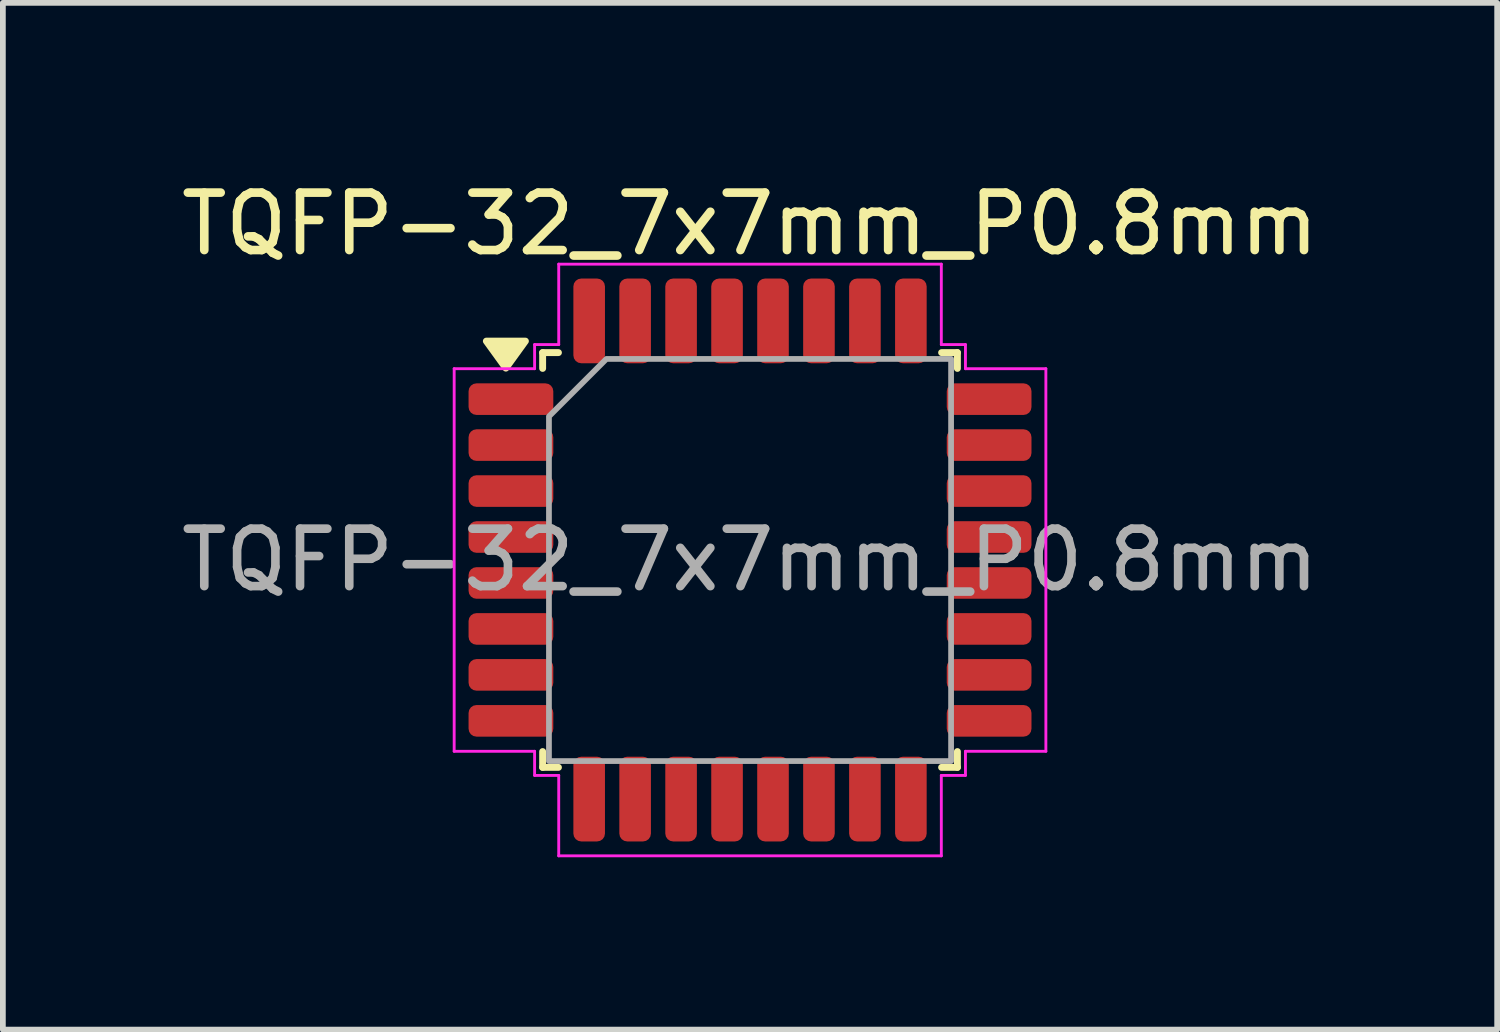
<source format=kicad_pcb>
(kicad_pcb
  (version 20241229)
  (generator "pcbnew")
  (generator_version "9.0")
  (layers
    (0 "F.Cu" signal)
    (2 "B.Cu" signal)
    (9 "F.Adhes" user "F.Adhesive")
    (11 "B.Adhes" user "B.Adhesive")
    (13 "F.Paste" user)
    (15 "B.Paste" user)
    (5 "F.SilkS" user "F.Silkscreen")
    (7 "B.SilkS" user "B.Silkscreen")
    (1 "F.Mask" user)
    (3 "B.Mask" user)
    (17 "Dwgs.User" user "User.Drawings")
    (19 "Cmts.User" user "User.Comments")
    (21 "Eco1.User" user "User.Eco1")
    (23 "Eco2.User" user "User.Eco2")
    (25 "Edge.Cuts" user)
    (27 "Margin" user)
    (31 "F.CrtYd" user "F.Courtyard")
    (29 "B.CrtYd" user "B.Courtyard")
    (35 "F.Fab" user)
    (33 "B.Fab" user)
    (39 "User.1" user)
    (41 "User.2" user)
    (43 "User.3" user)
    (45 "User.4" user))
  (footprint "TQFP-32_7x7mm_P0.8mm"
    (layer "F.Cu")
    (at 10.006 6.698)
    (property "Reference" "TQFP-32_7x7mm_P0.8mm" (at 0 -5.85 0) (layer "F.SilkS") (effects (font (size 1 1) (thickness 0.15))))
    (attr smd)
    (fp_line (start -3.61 -3.61) (end -3.335 -3.61) (stroke (width 0.12) (type solid)) (layer "F.SilkS"))
    (fp_line (start -3.61 -3.335) (end -3.61 -3.61) (stroke (width 0.12) (type solid)) (layer "F.SilkS"))
    (fp_line (start -3.61 3.61) (end -3.61 3.335) (stroke (width 0.12) (type solid)) (layer "F.SilkS"))
    (fp_line (start -3.335 3.61) (end -3.61 3.61) (stroke (width 0.12) (type solid)) (layer "F.SilkS"))
    (fp_line (start 3.335 -3.61) (end 3.61 -3.61) (stroke (width 0.12) (type solid)) (layer "F.SilkS"))
    (fp_line (start 3.61 -3.61) (end 3.61 -3.335) (stroke (width 0.12) (type solid)) (layer "F.SilkS"))
    (fp_line (start 3.61 3.335) (end 3.61 3.61) (stroke (width 0.12) (type solid)) (layer "F.SilkS"))
    (fp_line (start 3.61 3.61) (end 3.335 3.61) (stroke (width 0.12) (type solid)) (layer "F.SilkS"))
    (fp_poly (pts (xy -4.25 -3.34) (xy -4.59 -3.81) (xy -3.91 -3.81)) (stroke (width 0.12) (type solid)) (fill yes) (layer "F.SilkS"))
    (fp_line (start -5.15 -3.33) (end -3.75 -3.33) (stroke (width 0.05) (type solid)) (layer "F.CrtYd"))
    (fp_line (start -5.15 3.33) (end -5.15 -3.33) (stroke (width 0.05) (type solid)) (layer "F.CrtYd"))
    (fp_line (start -3.75 -3.75) (end -3.33 -3.75) (stroke (width 0.05) (type solid)) (layer "F.CrtYd"))
    (fp_line (start -3.75 -3.33) (end -3.75 -3.75) (stroke (width 0.05) (type solid)) (layer "F.CrtYd"))
    (fp_line (start -3.75 3.33) (end -5.15 3.33) (stroke (width 0.05) (type solid)) (layer "F.CrtYd"))
    (fp_line (start -3.75 3.75) (end -3.75 3.33) (stroke (width 0.05) (type solid)) (layer "F.CrtYd"))
    (fp_line (start -3.33 -5.15) (end 3.33 -5.15) (stroke (width 0.05) (type solid)) (layer "F.CrtYd"))
    (fp_line (start -3.33 -3.75) (end -3.33 -5.15) (stroke (width 0.05) (type solid)) (layer "F.CrtYd"))
    (fp_line (start -3.33 3.75) (end -3.75 3.75) (stroke (width 0.05) (type solid)) (layer "F.CrtYd"))
    (fp_line (start -3.33 5.15) (end -3.33 3.75) (stroke (width 0.05) (type solid)) (layer "F.CrtYd"))
    (fp_line (start 3.33 -5.15) (end 3.33 -3.75) (stroke (width 0.05) (type solid)) (layer "F.CrtYd"))
    (fp_line (start 3.33 -3.75) (end 3.75 -3.75) (stroke (width 0.05) (type solid)) (layer "F.CrtYd"))
    (fp_line (start 3.33 3.75) (end 3.33 5.15) (stroke (width 0.05) (type solid)) (layer "F.CrtYd"))
    (fp_line (start 3.33 5.15) (end -3.33 5.15) (stroke (width 0.05) (type solid)) (layer "F.CrtYd"))
    (fp_line (start 3.75 -3.75) (end 3.75 -3.33) (stroke (width 0.05) (type solid)) (layer "F.CrtYd"))
    (fp_line (start 3.75 -3.33) (end 5.15 -3.33) (stroke (width 0.05) (type solid)) (layer "F.CrtYd"))
    (fp_line (start 3.75 3.33) (end 3.75 3.75) (stroke (width 0.05) (type solid)) (layer "F.CrtYd"))
    (fp_line (start 3.75 3.75) (end 3.33 3.75) (stroke (width 0.05) (type solid)) (layer "F.CrtYd"))
    (fp_line (start 5.15 -3.33) (end 5.15 3.33) (stroke (width 0.05) (type solid)) (layer "F.CrtYd"))
    (fp_line (start 5.15 3.33) (end 3.75 3.33) (stroke (width 0.05) (type solid)) (layer "F.CrtYd"))
    (fp_poly (pts (xy -3.5 -2.5) (xy -3.5 3.5) (xy 3.5 3.5) (xy 3.5 -3.5) (xy -2.5 -3.5)) (stroke (width 0.1) (type solid)) (fill no) (layer "F.Fab"))
    (fp_text user "${REFERENCE}" (at 0 0 0) (layer "F.Fab") (effects (font (size 1 1) (thickness 0.15))))
    (pad "1" smd roundrect (at -4.162 -2.8) (size 1.475 0.55) (layers "F.Cu" "F.Mask" "F.Paste") (roundrect_rratio 0.25))
    (pad "2" smd roundrect (at -4.162 -2) (size 1.475 0.55) (layers "F.Cu" "F.Mask" "F.Paste") (roundrect_rratio 0.25))
    (pad "3" smd roundrect (at -4.162 -1.2) (size 1.475 0.55) (layers "F.Cu" "F.Mask" "F.Paste") (roundrect_rratio 0.25))
    (pad "4" smd roundrect (at -4.162 -0.4) (size 1.475 0.55) (layers "F.Cu" "F.Mask" "F.Paste") (roundrect_rratio 0.25))
    (pad "5" smd roundrect (at -4.162 0.4) (size 1.475 0.55) (layers "F.Cu" "F.Mask" "F.Paste") (roundrect_rratio 0.25))
    (pad "6" smd roundrect (at -4.162 1.2) (size 1.475 0.55) (layers "F.Cu" "F.Mask" "F.Paste") (roundrect_rratio 0.25))
    (pad "7" smd roundrect (at -4.162 2) (size 1.475 0.55) (layers "F.Cu" "F.Mask" "F.Paste") (roundrect_rratio 0.25))
    (pad "8" smd roundrect (at -4.162 2.8) (size 1.475 0.55) (layers "F.Cu" "F.Mask" "F.Paste") (roundrect_rratio 0.25))
    (pad "9" smd roundrect (at -2.8 4.162) (size 0.55 1.475) (layers "F.Cu" "F.Mask" "F.Paste") (roundrect_rratio 0.25))
    (pad "10" smd roundrect (at -2 4.162) (size 0.55 1.475) (layers "F.Cu" "F.Mask" "F.Paste") (roundrect_rratio 0.25))
    (pad "11" smd roundrect (at -1.2 4.162) (size 0.55 1.475) (layers "F.Cu" "F.Mask" "F.Paste") (roundrect_rratio 0.25))
    (pad "12" smd roundrect (at -0.4 4.162) (size 0.55 1.475) (layers "F.Cu" "F.Mask" "F.Paste") (roundrect_rratio 0.25))
    (pad "13" smd roundrect (at 0.4 4.162) (size 0.55 1.475) (layers "F.Cu" "F.Mask" "F.Paste") (roundrect_rratio 0.25))
    (pad "14" smd roundrect (at 1.2 4.162) (size 0.55 1.475) (layers "F.Cu" "F.Mask" "F.Paste") (roundrect_rratio 0.25))
    (pad "15" smd roundrect (at 2 4.162) (size 0.55 1.475) (layers "F.Cu" "F.Mask" "F.Paste") (roundrect_rratio 0.25))
    (pad "16" smd roundrect (at 2.8 4.162) (size 0.55 1.475) (layers "F.Cu" "F.Mask" "F.Paste") (roundrect_rratio 0.25))
    (pad "17" smd roundrect (at 4.162 2.8) (size 1.475 0.55) (layers "F.Cu" "F.Mask" "F.Paste") (roundrect_rratio 0.25))
    (pad "18" smd roundrect (at 4.162 2) (size 1.475 0.55) (layers "F.Cu" "F.Mask" "F.Paste") (roundrect_rratio 0.25))
    (pad "19" smd roundrect (at 4.162 1.2) (size 1.475 0.55) (layers "F.Cu" "F.Mask" "F.Paste") (roundrect_rratio 0.25))
    (pad "20" smd roundrect (at 4.162 0.4) (size 1.475 0.55) (layers "F.Cu" "F.Mask" "F.Paste") (roundrect_rratio 0.25))
    (pad "21" smd roundrect (at 4.162 -0.4) (size 1.475 0.55) (layers "F.Cu" "F.Mask" "F.Paste") (roundrect_rratio 0.25))
    (pad "22" smd roundrect (at 4.162 -1.2) (size 1.475 0.55) (layers "F.Cu" "F.Mask" "F.Paste") (roundrect_rratio 0.25))
    (pad "23" smd roundrect (at 4.162 -2) (size 1.475 0.55) (layers "F.Cu" "F.Mask" "F.Paste") (roundrect_rratio 0.25))
    (pad "24" smd roundrect (at 4.162 -2.8) (size 1.475 0.55) (layers "F.Cu" "F.Mask" "F.Paste") (roundrect_rratio 0.25))
    (pad "25" smd roundrect (at 2.8 -4.162) (size 0.55 1.475) (layers "F.Cu" "F.Mask" "F.Paste") (roundrect_rratio 0.25))
    (pad "26" smd roundrect (at 2 -4.162) (size 0.55 1.475) (layers "F.Cu" "F.Mask" "F.Paste") (roundrect_rratio 0.25))
    (pad "27" smd roundrect (at 1.2 -4.162) (size 0.55 1.475) (layers "F.Cu" "F.Mask" "F.Paste") (roundrect_rratio 0.25))
    (pad "28" smd roundrect (at 0.4 -4.162) (size 0.55 1.475) (layers "F.Cu" "F.Mask" "F.Paste") (roundrect_rratio 0.25))
    (pad "29" smd roundrect (at -0.4 -4.162) (size 0.55 1.475) (layers "F.Cu" "F.Mask" "F.Paste") (roundrect_rratio 0.25))
    (pad "30" smd roundrect (at -1.2 -4.162) (size 0.55 1.475) (layers "F.Cu" "F.Mask" "F.Paste") (roundrect_rratio 0.25))
    (pad "31" smd roundrect (at -2 -4.162) (size 0.55 1.475) (layers "F.Cu" "F.Mask" "F.Paste") (roundrect_rratio 0.25))
    (pad "32" smd roundrect (at -2.8 -4.162) (size 0.55 1.475) (layers "F.Cu" "F.Mask" "F.Paste") (roundrect_rratio 0.25)))
  (gr_rect
    (start -3 -3)
    (end 23.012 14.873)
    (stroke (width 0.1) (type default))
    (fill no)
    (layer "Edge.Cuts")))
</source>
